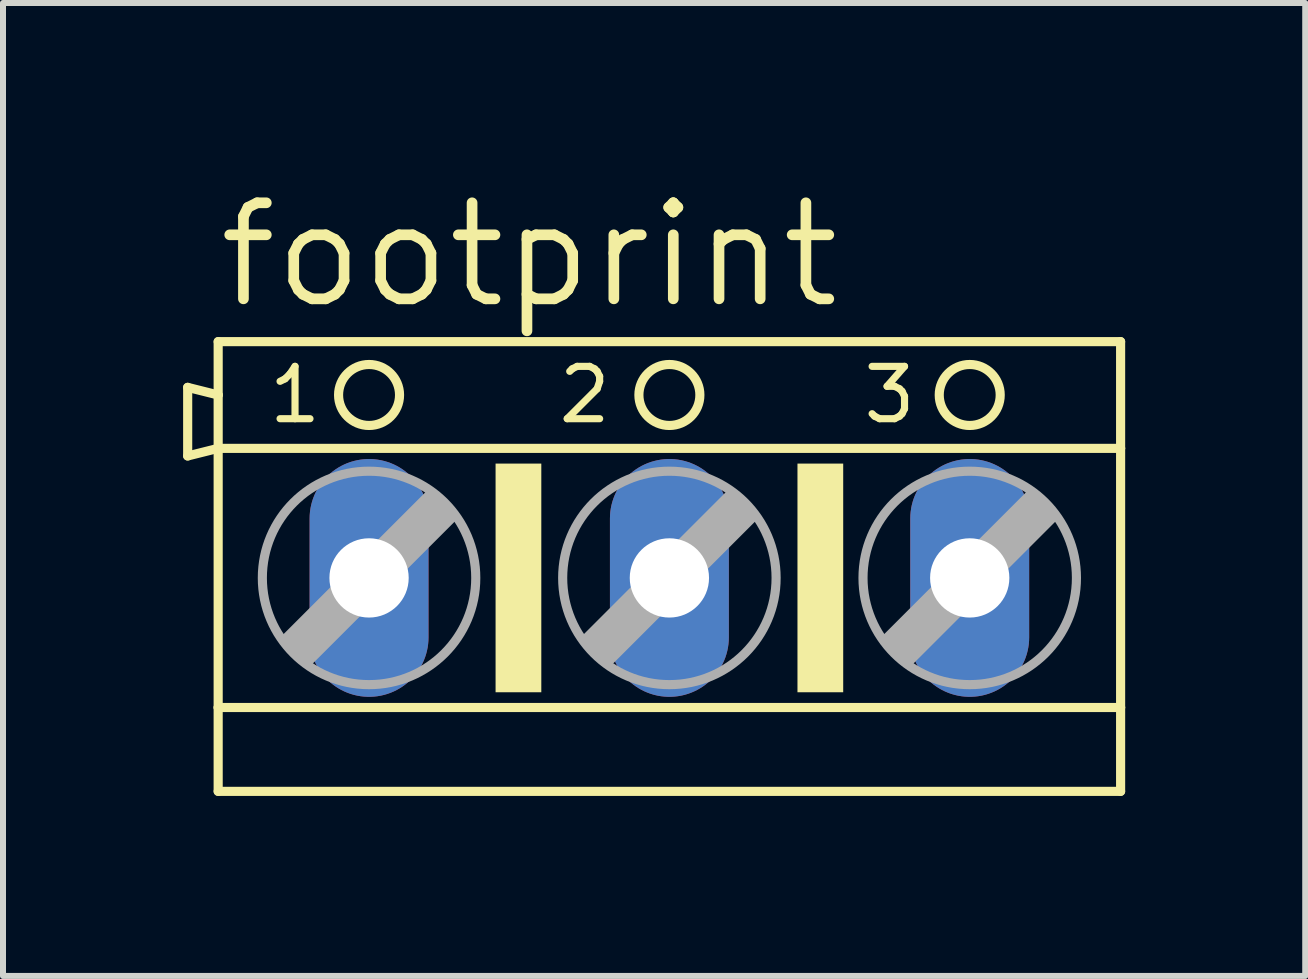
<source format=kicad_pcb>
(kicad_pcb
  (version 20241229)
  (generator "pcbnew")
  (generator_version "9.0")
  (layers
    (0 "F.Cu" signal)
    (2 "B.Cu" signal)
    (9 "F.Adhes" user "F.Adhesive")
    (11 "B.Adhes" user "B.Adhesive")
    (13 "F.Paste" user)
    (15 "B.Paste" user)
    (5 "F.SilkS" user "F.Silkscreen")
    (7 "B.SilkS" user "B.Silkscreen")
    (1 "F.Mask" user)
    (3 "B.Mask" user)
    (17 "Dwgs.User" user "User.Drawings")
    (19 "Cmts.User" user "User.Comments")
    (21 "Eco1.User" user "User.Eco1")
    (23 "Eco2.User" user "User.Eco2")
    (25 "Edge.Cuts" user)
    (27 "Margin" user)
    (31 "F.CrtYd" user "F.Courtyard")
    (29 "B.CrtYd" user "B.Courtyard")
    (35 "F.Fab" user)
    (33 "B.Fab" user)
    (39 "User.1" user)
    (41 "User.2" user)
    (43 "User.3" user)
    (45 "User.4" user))
  (footprint "footprint"
    (layer "F.Cu")
    (at 8.103 6.579)
    (property "Reference" "footprint" (at -7.595 -4.445 0) (layer "F.SilkS") (effects (font (size 1.6 1.6) (thickness 0.178)) (justify left bottom)))
    (fp_line (start -8.026 -3.175) (end -8.026 -2.032) (stroke (width 0.152) (type solid)) (layer "F.SilkS"))
    (fp_line (start -8.026 -2.032) (end -7.518 -2.159) (stroke (width 0.152) (type solid)) (layer "F.SilkS"))
    (fp_line (start -7.518 -3.048) (end -8.026 -3.175) (stroke (width 0.152) (type solid)) (layer "F.SilkS"))
    (fp_line (start -7.518 -3.048) (end -7.518 -3.937) (stroke (width 0.152) (type solid)) (layer "F.SilkS"))
    (fp_line (start -7.518 -2.159) (end -7.518 -3.048) (stroke (width 0.152) (type solid)) (layer "F.SilkS"))
    (fp_line (start -7.518 -2.159) (end 7.518 -2.159) (stroke (width 0.152) (type solid)) (layer "F.SilkS"))
    (fp_line (start -7.518 2.159) (end -7.518 -2.159) (stroke (width 0.152) (type solid)) (layer "F.SilkS"))
    (fp_line (start -7.518 2.159) (end 7.518 2.159) (stroke (width 0.152) (type solid)) (layer "F.SilkS"))
    (fp_line (start -7.518 3.556) (end -7.518 2.159) (stroke (width 0.152) (type solid)) (layer "F.SilkS"))
    (fp_line (start -7.518 3.556) (end 7.518 3.556) (stroke (width 0.152) (type solid)) (layer "F.SilkS"))
    (fp_line (start 7.518 -3.937) (end -7.518 -3.937) (stroke (width 0.152) (type solid)) (layer "F.SilkS"))
    (fp_line (start 7.518 -3.937) (end 7.518 -2.159) (stroke (width 0.152) (type solid)) (layer "F.SilkS"))
    (fp_line (start 7.518 -2.159) (end 7.518 2.159) (stroke (width 0.152) (type solid)) (layer "F.SilkS"))
    (fp_line (start 7.518 2.159) (end 7.518 3.556) (stroke (width 0.152) (type solid)) (layer "F.SilkS"))
    (fp_circle (center -5.004 -3.048) (end -4.496 -3.048) (stroke (width 0.152) (type solid)) (fill no) (layer "F.SilkS"))
    (fp_circle (center 0 -3.048) (end 0.508 -3.048) (stroke (width 0.152) (type solid)) (fill no) (layer "F.SilkS"))
    (fp_circle (center 5.004 -3.048) (end 5.512 -3.048) (stroke (width 0.152) (type solid)) (fill no) (layer "F.SilkS"))
    (fp_poly (pts (xy -2.896 1.905) (xy -2.134 1.905) (xy -2.134 -1.905) (xy -2.896 -1.905)) (stroke (width 0) (type solid)) (fill yes) (layer "F.SilkS"))
    (fp_poly (pts (xy 2.134 1.905) (xy 2.896 1.905) (xy 2.896 -1.905) (xy 2.134 -1.905)) (stroke (width 0) (type solid)) (fill yes) (layer "F.SilkS"))
    (fp_line (start -6.401 1.016) (end -6.02 1.397) (stroke (width 0.152) (type solid)) (layer "F.Fab"))
    (fp_line (start -6.401 1.016) (end -3.988 -1.397) (stroke (width 0.152) (type solid)) (layer "F.Fab"))
    (fp_line (start -6.02 1.016) (end -3.988 -1.016) (stroke (width 0.61) (type solid)) (layer "F.Fab"))
    (fp_line (start -6.02 1.397) (end -3.607 -1.016) (stroke (width 0.152) (type solid)) (layer "F.Fab"))
    (fp_line (start -3.988 -1.397) (end -3.607 -1.016) (stroke (width 0.152) (type solid)) (layer "F.Fab"))
    (fp_line (start -1.397 1.016) (end -1.016 1.397) (stroke (width 0.152) (type solid)) (layer "F.Fab"))
    (fp_line (start -1.397 1.016) (end 1.016 -1.397) (stroke (width 0.152) (type solid)) (layer "F.Fab"))
    (fp_line (start -1.016 1.016) (end 1.016 -1.016) (stroke (width 0.61) (type solid)) (layer "F.Fab"))
    (fp_line (start -1.016 1.397) (end 1.397 -1.016) (stroke (width 0.152) (type solid)) (layer "F.Fab"))
    (fp_line (start 1.016 -1.397) (end 1.397 -1.016) (stroke (width 0.152) (type solid)) (layer "F.Fab"))
    (fp_line (start 3.607 1.016) (end 3.988 1.397) (stroke (width 0.152) (type solid)) (layer "F.Fab"))
    (fp_line (start 3.607 1.016) (end 6.02 -1.397) (stroke (width 0.152) (type solid)) (layer "F.Fab"))
    (fp_line (start 3.988 1.016) (end 6.02 -1.016) (stroke (width 0.61) (type solid)) (layer "F.Fab"))
    (fp_line (start 3.988 1.397) (end 6.401 -1.016) (stroke (width 0.152) (type solid)) (layer "F.Fab"))
    (fp_line (start 6.02 -1.397) (end 6.401 -1.016) (stroke (width 0.152) (type solid)) (layer "F.Fab"))
    (fp_circle (center -5.004 0) (end -3.226 0) (stroke (width 0.152) (type solid)) (fill no) (layer "F.Fab"))
    (fp_circle (center 0 0) (end 1.778 0) (stroke (width 0.152) (type solid)) (fill no) (layer "F.Fab"))
    (fp_circle (center 5.004 0) (end 6.782 0) (stroke (width 0.152) (type solid)) (fill no) (layer "F.Fab"))
    (fp_text user "3" (at 3.175 -2.54 0) (layer "F.SilkS") (effects (font (size 0.872 0.872) (thickness 0.119)) (justify left bottom)))
    (fp_text user "2" (at -1.905 -2.54 0) (layer "F.SilkS") (effects (font (size 0.872 0.872) (thickness 0.119)) (justify left bottom)))
    (fp_text user "1" (at -6.731 -2.54 0) (layer "F.SilkS") (effects (font (size 0.872 0.872) (thickness 0.119)) (justify left bottom)))
    (pad "1" thru_hole oval (at -5.004 0 90) (size 3.962 1.981) (drill 1.321) (layers "*.Cu" "*.Mask"))
    (pad "2" thru_hole oval (at 0 0 90) (size 3.962 1.981) (drill 1.321) (layers "*.Cu" "*.Mask"))
    (pad "3" thru_hole oval (at 5.004 0 90) (size 3.962 1.981) (drill 1.321) (layers "*.Cu" "*.Mask")))
  (gr_rect
    (start -3 -3)
    (end 18.697 13.211)
    (stroke (width 0.1) (type default))
    (fill no)
    (layer "Edge.Cuts")))
</source>
